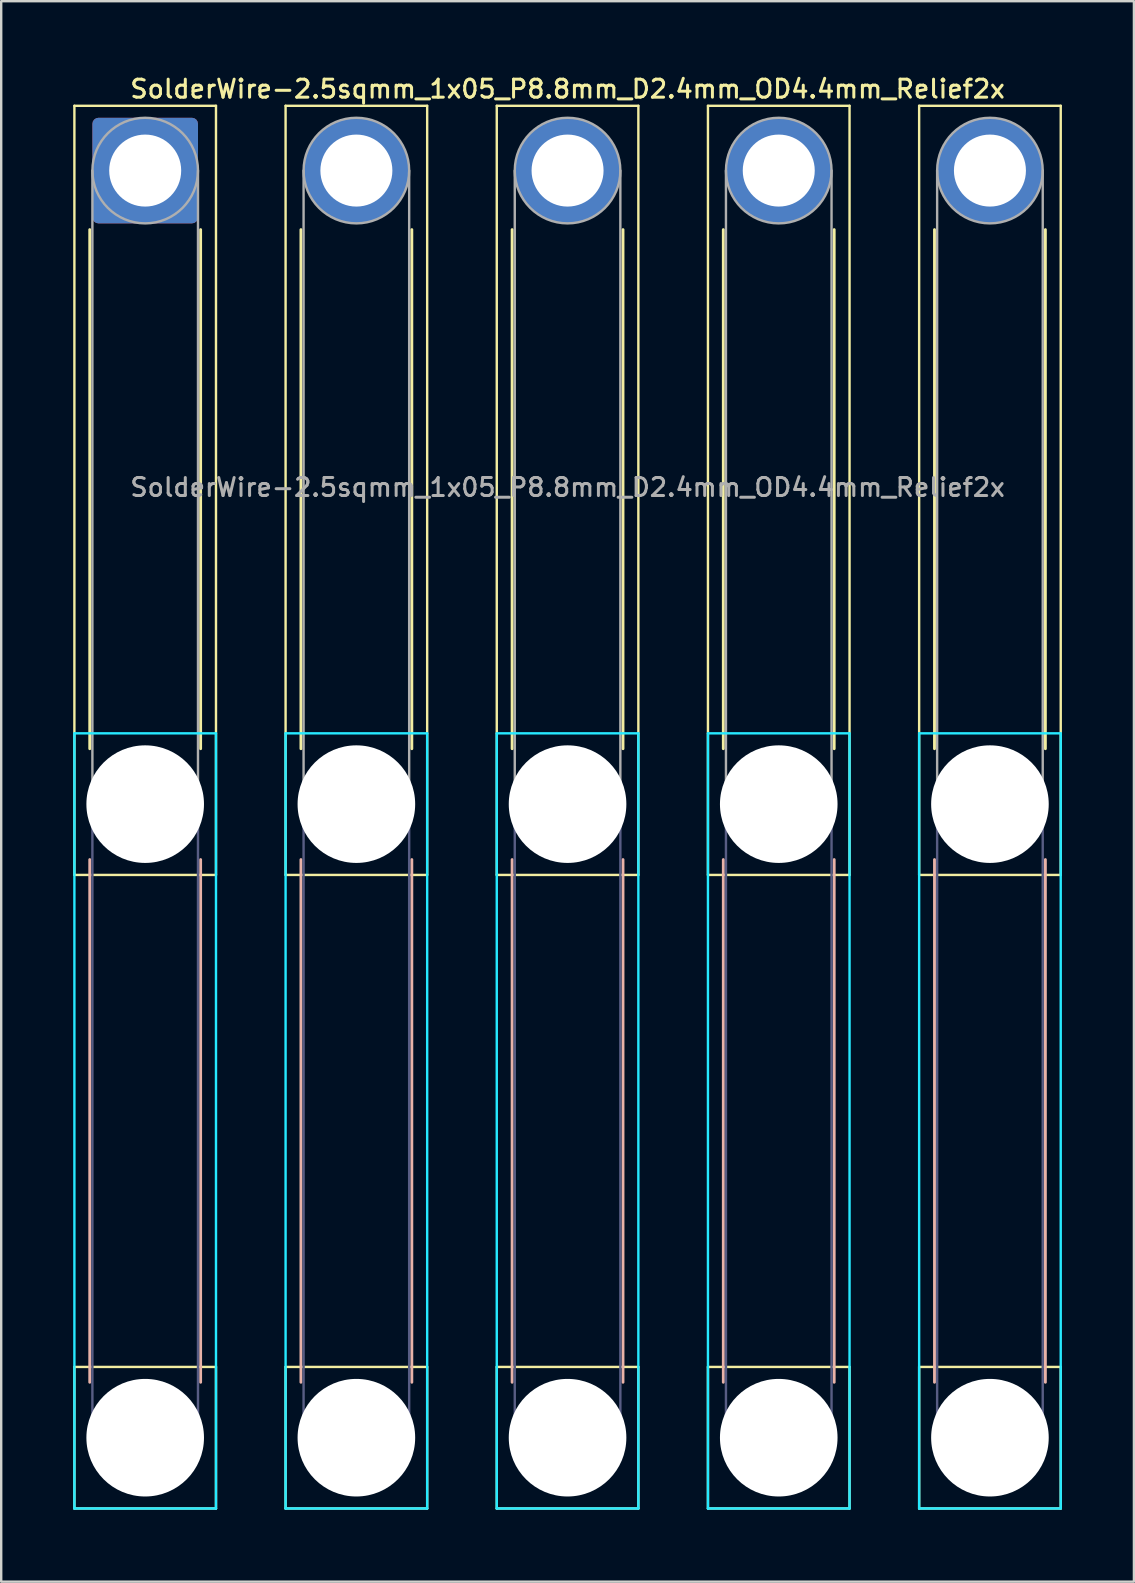
<source format=kicad_pcb>
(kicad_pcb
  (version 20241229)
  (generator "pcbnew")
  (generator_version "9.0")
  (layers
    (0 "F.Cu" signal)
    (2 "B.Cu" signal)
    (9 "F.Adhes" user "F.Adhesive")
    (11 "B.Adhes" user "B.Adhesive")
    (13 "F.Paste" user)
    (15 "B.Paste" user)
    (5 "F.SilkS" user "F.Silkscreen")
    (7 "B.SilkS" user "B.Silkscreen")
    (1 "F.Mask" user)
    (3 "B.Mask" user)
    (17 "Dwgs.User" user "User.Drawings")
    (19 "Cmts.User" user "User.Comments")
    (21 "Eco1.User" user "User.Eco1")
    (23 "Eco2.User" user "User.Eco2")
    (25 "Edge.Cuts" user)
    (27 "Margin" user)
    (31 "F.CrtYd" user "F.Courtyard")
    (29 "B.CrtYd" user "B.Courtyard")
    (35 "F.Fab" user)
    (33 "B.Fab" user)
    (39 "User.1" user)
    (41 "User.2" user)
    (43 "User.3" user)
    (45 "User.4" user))
  (footprint "SolderWire-2.5sqmm_1x05_P8.8mm_D2.4mm_OD4.4mm_Relief2x"
    (layer "F.Cu")
    (at 3 4.058)
    (property "Reference" "SolderWire-2.5sqmm_1x05_P8.8mm_D2.4mm_OD4.4mm_Relief2x" (at 17.6 -3.4 0) (layer "F.SilkS") (effects (font (size 0.75 0.75) (thickness 0.125))))
    (attr exclude_from_pos_files exclude_from_bom)
    (fp_line (start -2.95 -2.7) (end -2.95 29.35) (stroke (width 0.1) (type solid)) (layer "F.SilkS"))
    (fp_line (start -2.95 29.35) (end 2.95 29.35) (stroke (width 0.1) (type solid)) (layer "F.SilkS"))
    (fp_line (start -2.95 49.85) (end -2.95 55.75) (stroke (width 0.1) (type solid)) (layer "F.SilkS"))
    (fp_line (start -2.95 55.75) (end 2.95 55.75) (stroke (width 0.1) (type solid)) (layer "F.SilkS"))
    (fp_line (start -2.31 2.46) (end -2.31 24.09) (stroke (width 0.12) (type solid)) (layer "F.SilkS"))
    (fp_line (start 2.31 2.46) (end 2.31 24.09) (stroke (width 0.12) (type solid)) (layer "F.SilkS"))
    (fp_line (start 2.95 -2.7) (end -2.95 -2.7) (stroke (width 0.1) (type solid)) (layer "F.SilkS"))
    (fp_line (start 2.95 29.35) (end 2.95 -2.7) (stroke (width 0.1) (type solid)) (layer "F.SilkS"))
    (fp_line (start 2.95 49.85) (end -2.95 49.85) (stroke (width 0.1) (type solid)) (layer "F.SilkS"))
    (fp_line (start 2.95 55.75) (end 2.95 49.85) (stroke (width 0.1) (type solid)) (layer "F.SilkS"))
    (fp_line (start 5.85 -2.7) (end 5.85 29.35) (stroke (width 0.1) (type solid)) (layer "F.SilkS"))
    (fp_line (start 5.85 29.35) (end 11.75 29.35) (stroke (width 0.1) (type solid)) (layer "F.SilkS"))
    (fp_line (start 5.85 49.85) (end 5.85 55.75) (stroke (width 0.1) (type solid)) (layer "F.SilkS"))
    (fp_line (start 5.85 55.75) (end 11.75 55.75) (stroke (width 0.1) (type solid)) (layer "F.SilkS"))
    (fp_line (start 6.49 2.46) (end 6.49 24.09) (stroke (width 0.12) (type solid)) (layer "F.SilkS"))
    (fp_line (start 11.11 2.46) (end 11.11 24.09) (stroke (width 0.12) (type solid)) (layer "F.SilkS"))
    (fp_line (start 11.75 -2.7) (end 5.85 -2.7) (stroke (width 0.1) (type solid)) (layer "F.SilkS"))
    (fp_line (start 11.75 29.35) (end 11.75 -2.7) (stroke (width 0.1) (type solid)) (layer "F.SilkS"))
    (fp_line (start 11.75 49.85) (end 5.85 49.85) (stroke (width 0.1) (type solid)) (layer "F.SilkS"))
    (fp_line (start 11.75 55.75) (end 11.75 49.85) (stroke (width 0.1) (type solid)) (layer "F.SilkS"))
    (fp_line (start 14.65 -2.7) (end 14.65 29.35) (stroke (width 0.1) (type solid)) (layer "F.SilkS"))
    (fp_line (start 14.65 29.35) (end 20.55 29.35) (stroke (width 0.1) (type solid)) (layer "F.SilkS"))
    (fp_line (start 14.65 49.85) (end 14.65 55.75) (stroke (width 0.1) (type solid)) (layer "F.SilkS"))
    (fp_line (start 14.65 55.75) (end 20.55 55.75) (stroke (width 0.1) (type solid)) (layer "F.SilkS"))
    (fp_line (start 15.29 2.46) (end 15.29 24.09) (stroke (width 0.12) (type solid)) (layer "F.SilkS"))
    (fp_line (start 19.91 2.46) (end 19.91 24.09) (stroke (width 0.12) (type solid)) (layer "F.SilkS"))
    (fp_line (start 20.55 -2.7) (end 14.65 -2.7) (stroke (width 0.1) (type solid)) (layer "F.SilkS"))
    (fp_line (start 20.55 29.35) (end 20.55 -2.7) (stroke (width 0.1) (type solid)) (layer "F.SilkS"))
    (fp_line (start 20.55 49.85) (end 14.65 49.85) (stroke (width 0.1) (type solid)) (layer "F.SilkS"))
    (fp_line (start 20.55 55.75) (end 20.55 49.85) (stroke (width 0.1) (type solid)) (layer "F.SilkS"))
    (fp_line (start 23.45 -2.7) (end 23.45 29.35) (stroke (width 0.1) (type solid)) (layer "F.SilkS"))
    (fp_line (start 23.45 29.35) (end 29.35 29.35) (stroke (width 0.1) (type solid)) (layer "F.SilkS"))
    (fp_line (start 23.45 49.85) (end 23.45 55.75) (stroke (width 0.1) (type solid)) (layer "F.SilkS"))
    (fp_line (start 23.45 55.75) (end 29.35 55.75) (stroke (width 0.1) (type solid)) (layer "F.SilkS"))
    (fp_line (start 24.09 2.46) (end 24.09 24.09) (stroke (width 0.12) (type solid)) (layer "F.SilkS"))
    (fp_line (start 28.71 2.46) (end 28.71 24.09) (stroke (width 0.12) (type solid)) (layer "F.SilkS"))
    (fp_line (start 29.35 -2.7) (end 23.45 -2.7) (stroke (width 0.1) (type solid)) (layer "F.SilkS"))
    (fp_line (start 29.35 29.35) (end 29.35 -2.7) (stroke (width 0.1) (type solid)) (layer "F.SilkS"))
    (fp_line (start 29.35 49.85) (end 23.45 49.85) (stroke (width 0.1) (type solid)) (layer "F.SilkS"))
    (fp_line (start 29.35 55.75) (end 29.35 49.85) (stroke (width 0.1) (type solid)) (layer "F.SilkS"))
    (fp_line (start 32.25 -2.7) (end 32.25 29.35) (stroke (width 0.1) (type solid)) (layer "F.SilkS"))
    (fp_line (start 32.25 29.35) (end 38.15 29.35) (stroke (width 0.1) (type solid)) (layer "F.SilkS"))
    (fp_line (start 32.25 49.85) (end 32.25 55.75) (stroke (width 0.1) (type solid)) (layer "F.SilkS"))
    (fp_line (start 32.25 55.75) (end 38.15 55.75) (stroke (width 0.1) (type solid)) (layer "F.SilkS"))
    (fp_line (start 32.89 2.46) (end 32.89 24.09) (stroke (width 0.12) (type solid)) (layer "F.SilkS"))
    (fp_line (start 37.51 2.46) (end 37.51 24.09) (stroke (width 0.12) (type solid)) (layer "F.SilkS"))
    (fp_line (start 38.15 -2.7) (end 32.25 -2.7) (stroke (width 0.1) (type solid)) (layer "F.SilkS"))
    (fp_line (start 38.15 29.35) (end 38.15 -2.7) (stroke (width 0.1) (type solid)) (layer "F.SilkS"))
    (fp_line (start 38.15 49.85) (end 32.25 49.85) (stroke (width 0.1) (type solid)) (layer "F.SilkS"))
    (fp_line (start 38.15 55.75) (end 38.15 49.85) (stroke (width 0.1) (type solid)) (layer "F.SilkS"))
    (fp_line (start -2.31 28.71) (end -2.31 50.49) (stroke (width 0.12) (type solid)) (layer "B.SilkS"))
    (fp_line (start 2.31 28.71) (end 2.31 50.49) (stroke (width 0.12) (type solid)) (layer "B.SilkS"))
    (fp_line (start 6.49 28.71) (end 6.49 50.49) (stroke (width 0.12) (type solid)) (layer "B.SilkS"))
    (fp_line (start 11.11 28.71) (end 11.11 50.49) (stroke (width 0.12) (type solid)) (layer "B.SilkS"))
    (fp_line (start 15.29 28.71) (end 15.29 50.49) (stroke (width 0.12) (type solid)) (layer "B.SilkS"))
    (fp_line (start 19.91 28.71) (end 19.91 50.49) (stroke (width 0.12) (type solid)) (layer "B.SilkS"))
    (fp_line (start 24.09 28.71) (end 24.09 50.49) (stroke (width 0.12) (type solid)) (layer "B.SilkS"))
    (fp_line (start 28.71 28.71) (end 28.71 50.49) (stroke (width 0.12) (type solid)) (layer "B.SilkS"))
    (fp_line (start 32.89 28.71) (end 32.89 50.49) (stroke (width 0.12) (type solid)) (layer "B.SilkS"))
    (fp_line (start 37.51 28.71) (end 37.51 50.49) (stroke (width 0.12) (type solid)) (layer "B.SilkS"))
    (fp_line (start -2.95 23.45) (end -2.95 55.75) (stroke (width 0.1) (type solid)) (layer "B.CrtYd"))
    (fp_line (start -2.95 55.75) (end 2.95 55.75) (stroke (width 0.1) (type solid)) (layer "B.CrtYd"))
    (fp_line (start 2.95 23.45) (end -2.95 23.45) (stroke (width 0.1) (type solid)) (layer "B.CrtYd"))
    (fp_line (start 2.95 55.75) (end 2.95 23.45) (stroke (width 0.1) (type solid)) (layer "B.CrtYd"))
    (fp_line (start 5.85 23.45) (end 5.85 55.75) (stroke (width 0.1) (type solid)) (layer "B.CrtYd"))
    (fp_line (start 5.85 55.75) (end 11.75 55.75) (stroke (width 0.1) (type solid)) (layer "B.CrtYd"))
    (fp_line (start 11.75 23.45) (end 5.85 23.45) (stroke (width 0.1) (type solid)) (layer "B.CrtYd"))
    (fp_line (start 11.75 55.75) (end 11.75 23.45) (stroke (width 0.1) (type solid)) (layer "B.CrtYd"))
    (fp_line (start 14.65 23.45) (end 14.65 55.75) (stroke (width 0.1) (type solid)) (layer "B.CrtYd"))
    (fp_line (start 14.65 55.75) (end 20.55 55.75) (stroke (width 0.1) (type solid)) (layer "B.CrtYd"))
    (fp_line (start 20.55 23.45) (end 14.65 23.45) (stroke (width 0.1) (type solid)) (layer "B.CrtYd"))
    (fp_line (start 20.55 55.75) (end 20.55 23.45) (stroke (width 0.1) (type solid)) (layer "B.CrtYd"))
    (fp_line (start 23.45 23.45) (end 23.45 55.75) (stroke (width 0.1) (type solid)) (layer "B.CrtYd"))
    (fp_line (start 23.45 55.75) (end 29.35 55.75) (stroke (width 0.1) (type solid)) (layer "B.CrtYd"))
    (fp_line (start 29.35 23.45) (end 23.45 23.45) (stroke (width 0.1) (type solid)) (layer "B.CrtYd"))
    (fp_line (start 29.35 55.75) (end 29.35 23.45) (stroke (width 0.1) (type solid)) (layer "B.CrtYd"))
    (fp_line (start 32.25 23.45) (end 32.25 55.75) (stroke (width 0.1) (type solid)) (layer "B.CrtYd"))
    (fp_line (start 32.25 55.75) (end 38.15 55.75) (stroke (width 0.1) (type solid)) (layer "B.CrtYd"))
    (fp_line (start 38.15 23.45) (end 32.25 23.45) (stroke (width 0.1) (type solid)) (layer "B.CrtYd"))
    (fp_line (start 38.15 55.75) (end 38.15 23.45) (stroke (width 0.1) (type solid)) (layer "B.CrtYd"))
    (fp_line (start -2.2 26.4) (end -2.2 52.8) (stroke (width 0.1) (type solid)) (layer "B.Fab"))
    (fp_line (start 2.2 26.4) (end 2.2 52.8) (stroke (width 0.1) (type solid)) (layer "B.Fab"))
    (fp_line (start 6.6 26.4) (end 6.6 52.8) (stroke (width 0.1) (type solid)) (layer "B.Fab"))
    (fp_line (start 11 26.4) (end 11 52.8) (stroke (width 0.1) (type solid)) (layer "B.Fab"))
    (fp_line (start 15.4 26.4) (end 15.4 52.8) (stroke (width 0.1) (type solid)) (layer "B.Fab"))
    (fp_line (start 19.8 26.4) (end 19.8 52.8) (stroke (width 0.1) (type solid)) (layer "B.Fab"))
    (fp_line (start 24.2 26.4) (end 24.2 52.8) (stroke (width 0.1) (type solid)) (layer "B.Fab"))
    (fp_line (start 28.6 26.4) (end 28.6 52.8) (stroke (width 0.1) (type solid)) (layer "B.Fab"))
    (fp_line (start 33 26.4) (end 33 52.8) (stroke (width 0.1) (type solid)) (layer "B.Fab"))
    (fp_line (start 37.4 26.4) (end 37.4 52.8) (stroke (width 0.1) (type solid)) (layer "B.Fab"))
    (fp_circle (center 0 26.4) (end 2.2 26.4) (stroke (width 0.1) (type solid)) (fill no) (layer "B.Fab"))
    (fp_circle (center 0 52.8) (end 2.2 52.8) (stroke (width 0.1) (type solid)) (fill no) (layer "B.Fab"))
    (fp_circle (center 8.8 26.4) (end 11 26.4) (stroke (width 0.1) (type solid)) (fill no) (layer "B.Fab"))
    (fp_circle (center 8.8 52.8) (end 11 52.8) (stroke (width 0.1) (type solid)) (fill no) (layer "B.Fab"))
    (fp_circle (center 17.6 26.4) (end 19.8 26.4) (stroke (width 0.1) (type solid)) (fill no) (layer "B.Fab"))
    (fp_circle (center 17.6 52.8) (end 19.8 52.8) (stroke (width 0.1) (type solid)) (fill no) (layer "B.Fab"))
    (fp_circle (center 26.4 26.4) (end 28.6 26.4) (stroke (width 0.1) (type solid)) (fill no) (layer "B.Fab"))
    (fp_circle (center 26.4 52.8) (end 28.6 52.8) (stroke (width 0.1) (type solid)) (fill no) (layer "B.Fab"))
    (fp_circle (center 35.2 26.4) (end 37.4 26.4) (stroke (width 0.1) (type solid)) (fill no) (layer "B.Fab"))
    (fp_circle (center 35.2 52.8) (end 37.4 52.8) (stroke (width 0.1) (type solid)) (fill no) (layer "B.Fab"))
    (fp_line (start -2.2 0) (end -2.2 26.4) (stroke (width 0.1) (type solid)) (layer "F.Fab"))
    (fp_line (start 2.2 0) (end 2.2 26.4) (stroke (width 0.1) (type solid)) (layer "F.Fab"))
    (fp_line (start 6.6 0) (end 6.6 26.4) (stroke (width 0.1) (type solid)) (layer "F.Fab"))
    (fp_line (start 11 0) (end 11 26.4) (stroke (width 0.1) (type solid)) (layer "F.Fab"))
    (fp_line (start 15.4 0) (end 15.4 26.4) (stroke (width 0.1) (type solid)) (layer "F.Fab"))
    (fp_line (start 19.8 0) (end 19.8 26.4) (stroke (width 0.1) (type solid)) (layer "F.Fab"))
    (fp_line (start 24.2 0) (end 24.2 26.4) (stroke (width 0.1) (type solid)) (layer "F.Fab"))
    (fp_line (start 28.6 0) (end 28.6 26.4) (stroke (width 0.1) (type solid)) (layer "F.Fab"))
    (fp_line (start 33 0) (end 33 26.4) (stroke (width 0.1) (type solid)) (layer "F.Fab"))
    (fp_line (start 37.4 0) (end 37.4 26.4) (stroke (width 0.1) (type solid)) (layer "F.Fab"))
    (fp_circle (center 0 0) (end 2.2 0) (stroke (width 0.1) (type solid)) (fill no) (layer "F.Fab"))
    (fp_circle (center 0 26.4) (end 2.2 26.4) (stroke (width 0.1) (type solid)) (fill no) (layer "F.Fab"))
    (fp_circle (center 0 52.8) (end 2.2 52.8) (stroke (width 0.1) (type solid)) (fill no) (layer "F.Fab"))
    (fp_circle (center 8.8 0) (end 11 0) (stroke (width 0.1) (type solid)) (fill no) (layer "F.Fab"))
    (fp_circle (center 8.8 26.4) (end 11 26.4) (stroke (width 0.1) (type solid)) (fill no) (layer "F.Fab"))
    (fp_circle (center 8.8 52.8) (end 11 52.8) (stroke (width 0.1) (type solid)) (fill no) (layer "F.Fab"))
    (fp_circle (center 17.6 0) (end 19.8 0) (stroke (width 0.1) (type solid)) (fill no) (layer "F.Fab"))
    (fp_circle (center 17.6 26.4) (end 19.8 26.4) (stroke (width 0.1) (type solid)) (fill no) (layer "F.Fab"))
    (fp_circle (center 17.6 52.8) (end 19.8 52.8) (stroke (width 0.1) (type solid)) (fill no) (layer "F.Fab"))
    (fp_circle (center 26.4 0) (end 28.6 0) (stroke (width 0.1) (type solid)) (fill no) (layer "F.Fab"))
    (fp_circle (center 26.4 26.4) (end 28.6 26.4) (stroke (width 0.1) (type solid)) (fill no) (layer "F.Fab"))
    (fp_circle (center 26.4 52.8) (end 28.6 52.8) (stroke (width 0.1) (type solid)) (fill no) (layer "F.Fab"))
    (fp_circle (center 35.2 0) (end 37.4 0) (stroke (width 0.1) (type solid)) (fill no) (layer "F.Fab"))
    (fp_circle (center 35.2 26.4) (end 37.4 26.4) (stroke (width 0.1) (type solid)) (fill no) (layer "F.Fab"))
    (fp_circle (center 35.2 52.8) (end 37.4 52.8) (stroke (width 0.1) (type solid)) (fill no) (layer "F.Fab"))
    (fp_text user "${REFERENCE}" (at 17.6 13.2 0) (layer "F.Fab") (effects (font (size 0.75 0.75) (thickness 0.125))))
    (pad "" np_thru_hole circle (at 0 26.4) (size 4.9 4.9) (drill 4.9) (layers "*.Cu" "*.Mask"))
    (pad "" np_thru_hole circle (at 0 52.8) (size 4.9 4.9) (drill 4.9) (layers "*.Cu" "*.Mask"))
    (pad "" np_thru_hole circle (at 8.8 26.4) (size 4.9 4.9) (drill 4.9) (layers "*.Cu" "*.Mask"))
    (pad "" np_thru_hole circle (at 8.8 52.8) (size 4.9 4.9) (drill 4.9) (layers "*.Cu" "*.Mask"))
    (pad "" np_thru_hole circle (at 17.6 26.4) (size 4.9 4.9) (drill 4.9) (layers "*.Cu" "*.Mask"))
    (pad "" np_thru_hole circle (at 17.6 52.8) (size 4.9 4.9) (drill 4.9) (layers "*.Cu" "*.Mask"))
    (pad "" np_thru_hole circle (at 26.4 26.4) (size 4.9 4.9) (drill 4.9) (layers "*.Cu" "*.Mask"))
    (pad "" np_thru_hole circle (at 26.4 52.8) (size 4.9 4.9) (drill 4.9) (layers "*.Cu" "*.Mask"))
    (pad "" np_thru_hole circle (at 35.2 26.4) (size 4.9 4.9) (drill 4.9) (layers "*.Cu" "*.Mask"))
    (pad "" np_thru_hole circle (at 35.2 52.8) (size 4.9 4.9) (drill 4.9) (layers "*.Cu" "*.Mask"))
    (pad "1" thru_hole roundrect (at 0 0) (size 4.4 4.4) (drill 3) (layers "*.Cu" "*.Mask") (roundrect_rratio 0.057))
    (pad "2" thru_hole circle (at 8.8 0) (size 4.4 4.4) (drill 3) (layers "*.Cu" "*.Mask"))
    (pad "3" thru_hole circle (at 17.6 0) (size 4.4 4.4) (drill 3) (layers "*.Cu" "*.Mask"))
    (pad "4" thru_hole circle (at 26.4 0) (size 4.4 4.4) (drill 3) (layers "*.Cu" "*.Mask"))
    (pad "5" thru_hole circle (at 35.2 0) (size 4.4 4.4) (drill 3) (layers "*.Cu" "*.Mask")))
  (gr_rect
    (start -3 -3)
    (end 44.2 62.858)
    (stroke (width 0.1) (type default))
    (fill no)
    (layer "Edge.Cuts")))
</source>
